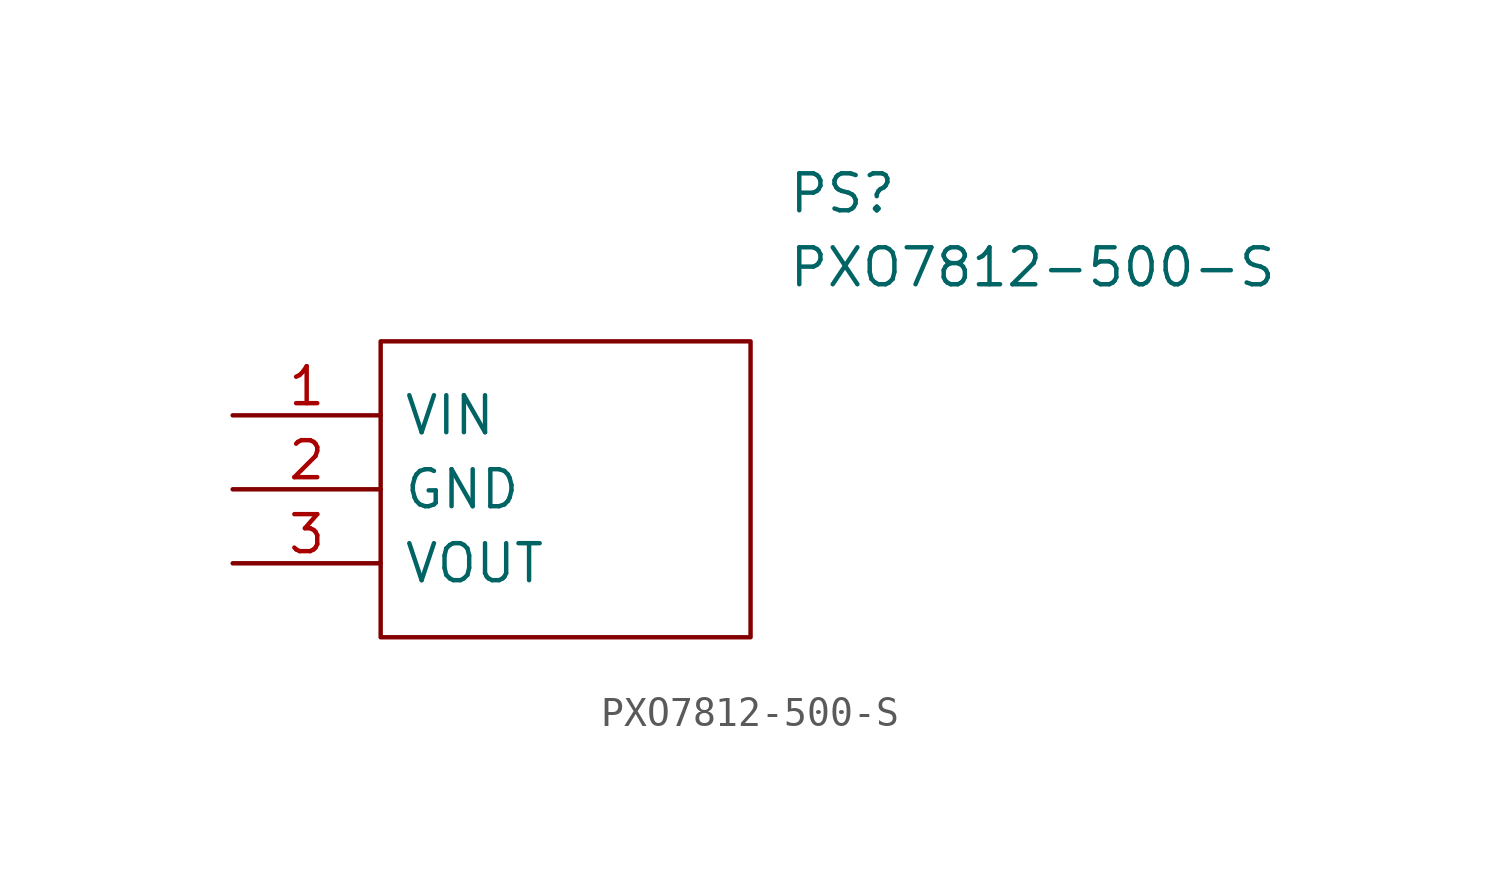
<source format=kicad_sym>
(kicad_symbol_lib
  (version 20211014)
  (generator kicad_symbol_editor)
  (symbol "PXO7812-500-S"
    (pin_names
      (offset 0.762))
    (property "Reference" "PS"
      (at 19.05 7.62 0)
      (effects (font (size 1.27 1.27)) (justify left)))
    (property "Value" "PXO7812-500-S"
      (at 19.05 5.08 0)
      (effects (font (size 1.27 1.27)) (justify left)))
    (symbol "PXO7812-500-S_0_0"
      (pin passive line (at 0 0 0) (length 5.08) (name "VIN" (effects (font (size 1.27 1.27)))) (number "1" (effects (font (size 1.27 1.27)))))
      (pin passive line (at 0 -2.54 0) (length 5.08) (name "GND" (effects (font (size 1.27 1.27)))) (number "2" (effects (font (size 1.27 1.27)))))
      (pin passive line (at 0 -5.08 0) (length 5.08) (name "VOUT" (effects (font (size 1.27 1.27)))) (number "3" (effects (font (size 1.27 1.27))))))
    (symbol "PXO7812-500-S_0_1"
      (polyline (pts (xy 5.08 2.54) (xy 17.78 2.54) (xy 17.78 -7.62) (xy 5.08 -7.62) (xy 5.08 2.54)) (stroke (width 0.152) (type default) (color 0 0 0 0)) (fill (type none))))))
</source>
